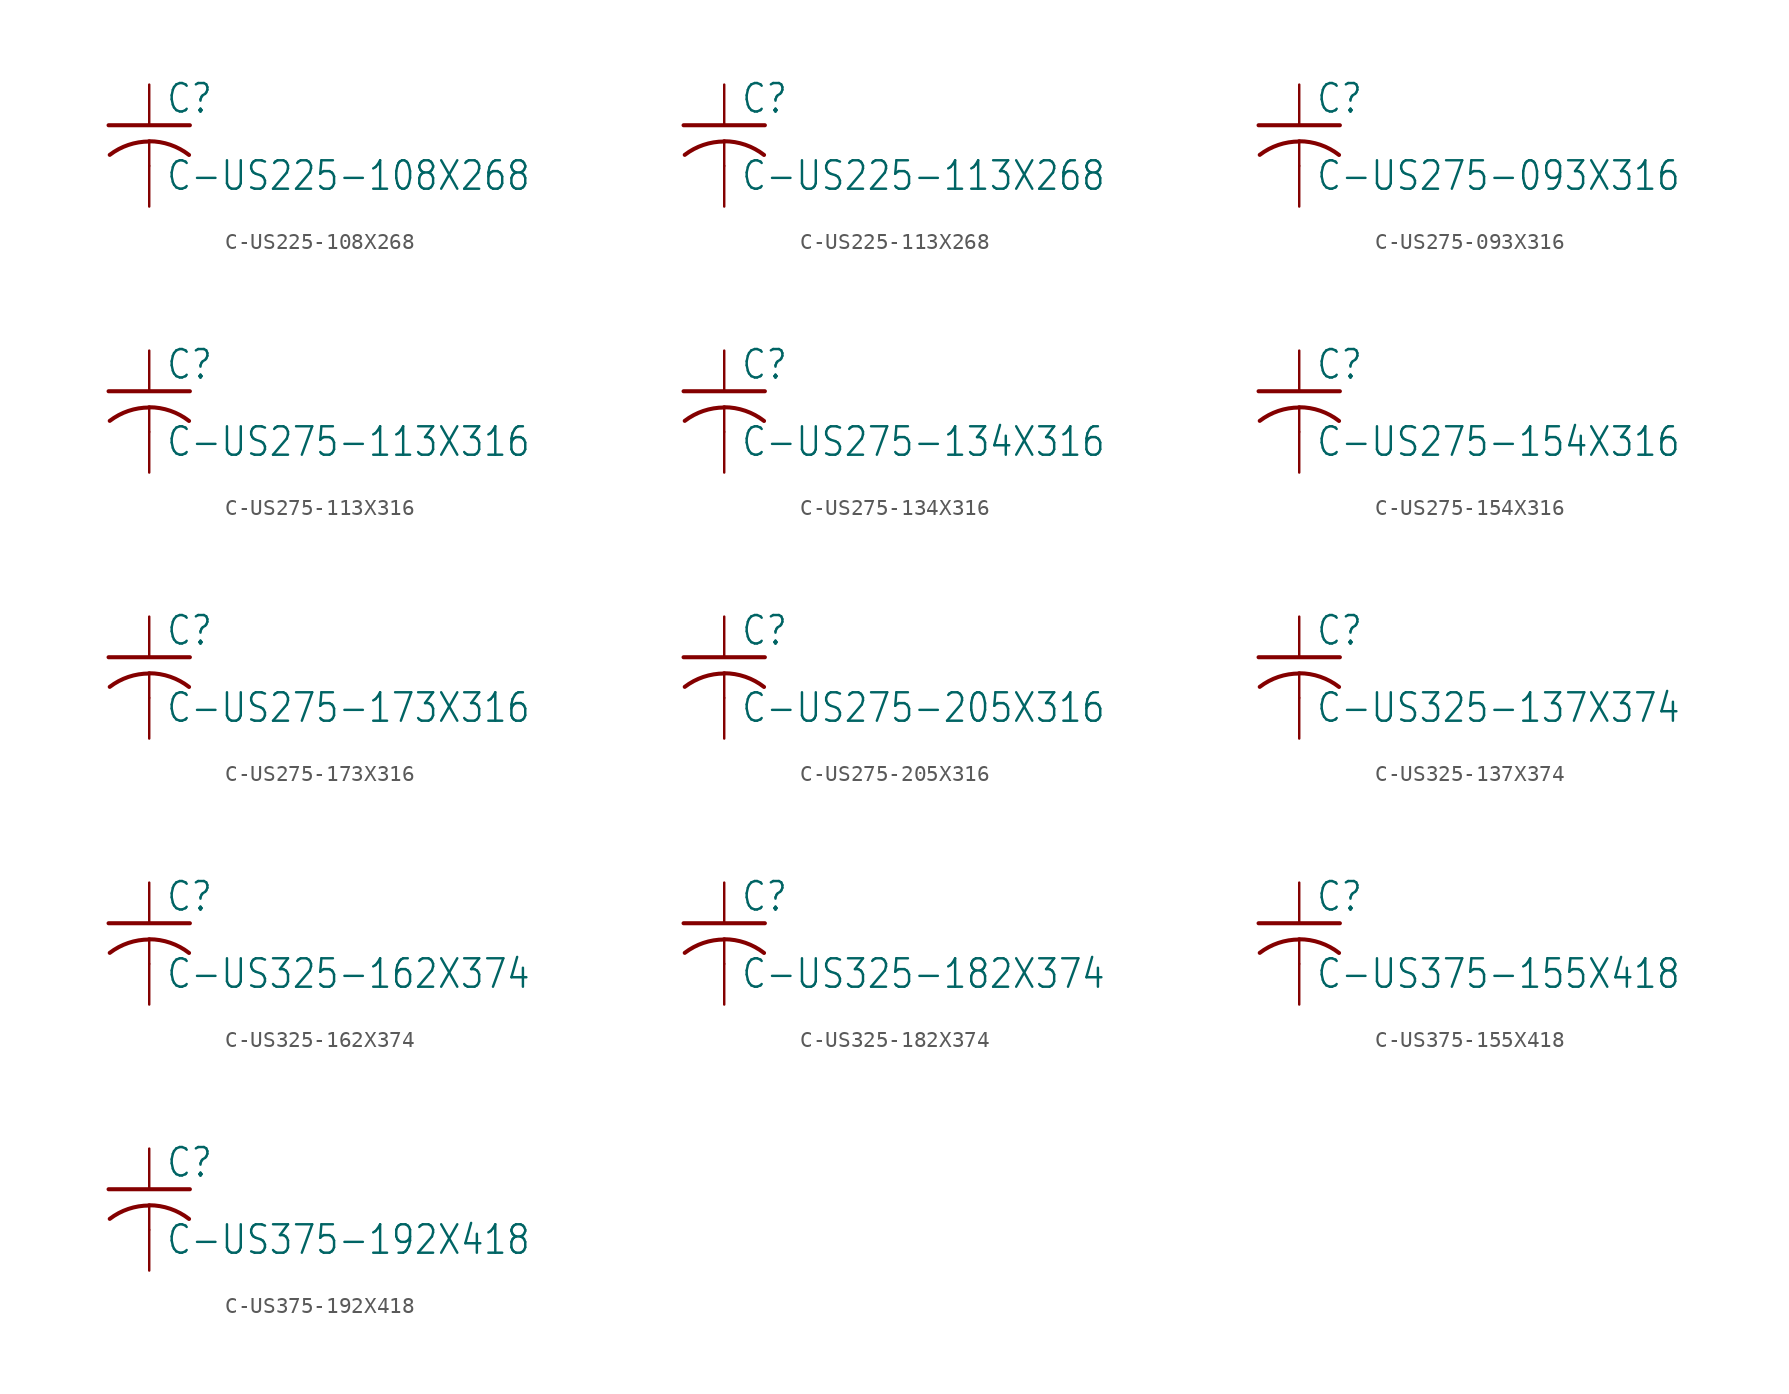
<source format=kicad_sym>
(kicad_symbol_lib
  (version 20220331)
  (generator kicad_symbol_editor)
  (symbol "C-US225-108X268"
    (property "Reference" "C"
      (at 1.016 0.635 0)
      (effects (font (size 1.778 1.511)) (justify left bottom)))
    (property "Value" "C-US225-108X268"
      (at 1.016 -4.191 0)
      (effects (font (size 1.778 1.511)) (justify left bottom)))
    (property "ki_locked" ""
      (at 0 0 0)
      (effects (font (size 1.27 1.27))))
    (symbol "C-US225-108X268_1_0"
      (arc (start 0 -1.0161) (mid -1.302 -1.2303) (end -2.4668 -1.8504) (stroke (width 0.254) (type solid)) (fill (type none)))
      (polyline (pts (xy -2.54 0) (xy 2.54 0)) (stroke (width 0.254) (type solid)) (fill (type none)))
      (polyline (pts (xy 0 -1.016) (xy 0 -2.54)) (stroke (width 0.152) (type solid)) (fill (type none)))
      (arc (start 2.4892 -1.8542) (mid 1.3158 -1.2195) (end 0 -1) (stroke (width 0.254) (type solid)) (fill (type none)))
      (pin passive line (at 0 2.54 270) (length 2.54) (name "1" (effects (font (size 0 0)))) (number "1" (effects (font (size 0 0)))))
      (pin passive line (at 0 -5.08 90) (length 2.54) (name "2" (effects (font (size 0 0)))) (number "2" (effects (font (size 0 0)))))))
  (symbol "C-US225-113X268"
    (property "Reference" "C"
      (at 1.016 0.635 0)
      (effects (font (size 1.778 1.511)) (justify left bottom)))
    (property "Value" "C-US225-113X268"
      (at 1.016 -4.191 0)
      (effects (font (size 1.778 1.511)) (justify left bottom)))
    (property "ki_locked" ""
      (at 0 0 0)
      (effects (font (size 1.27 1.27))))
    (symbol "C-US225-113X268_1_0"
      (arc (start 0 -1.0161) (mid -1.302 -1.2303) (end -2.4668 -1.8504) (stroke (width 0.254) (type solid)) (fill (type none)))
      (polyline (pts (xy -2.54 0) (xy 2.54 0)) (stroke (width 0.254) (type solid)) (fill (type none)))
      (polyline (pts (xy 0 -1.016) (xy 0 -2.54)) (stroke (width 0.152) (type solid)) (fill (type none)))
      (arc (start 2.4892 -1.8542) (mid 1.3158 -1.2195) (end 0 -1) (stroke (width 0.254) (type solid)) (fill (type none)))
      (pin passive line (at 0 2.54 270) (length 2.54) (name "1" (effects (font (size 0 0)))) (number "1" (effects (font (size 0 0)))))
      (pin passive line (at 0 -5.08 90) (length 2.54) (name "2" (effects (font (size 0 0)))) (number "2" (effects (font (size 0 0)))))))
  (symbol "C-US275-093X316"
    (property "Reference" "C"
      (at 1.016 0.635 0)
      (effects (font (size 1.778 1.511)) (justify left bottom)))
    (property "Value" "C-US275-093X316"
      (at 1.016 -4.191 0)
      (effects (font (size 1.778 1.511)) (justify left bottom)))
    (property "ki_locked" ""
      (at 0 0 0)
      (effects (font (size 1.27 1.27))))
    (symbol "C-US275-093X316_1_0"
      (arc (start 0 -1.0161) (mid -1.302 -1.2303) (end -2.4668 -1.8504) (stroke (width 0.254) (type solid)) (fill (type none)))
      (polyline (pts (xy -2.54 0) (xy 2.54 0)) (stroke (width 0.254) (type solid)) (fill (type none)))
      (polyline (pts (xy 0 -1.016) (xy 0 -2.54)) (stroke (width 0.152) (type solid)) (fill (type none)))
      (arc (start 2.4892 -1.8542) (mid 1.3158 -1.2195) (end 0 -1) (stroke (width 0.254) (type solid)) (fill (type none)))
      (pin passive line (at 0 2.54 270) (length 2.54) (name "1" (effects (font (size 0 0)))) (number "1" (effects (font (size 0 0)))))
      (pin passive line (at 0 -5.08 90) (length 2.54) (name "2" (effects (font (size 0 0)))) (number "2" (effects (font (size 0 0)))))))
  (symbol "C-US275-113X316"
    (property "Reference" "C"
      (at 1.016 0.635 0)
      (effects (font (size 1.778 1.511)) (justify left bottom)))
    (property "Value" "C-US275-113X316"
      (at 1.016 -4.191 0)
      (effects (font (size 1.778 1.511)) (justify left bottom)))
    (property "ki_locked" ""
      (at 0 0 0)
      (effects (font (size 1.27 1.27))))
    (symbol "C-US275-113X316_1_0"
      (arc (start 0 -1.0161) (mid -1.302 -1.2303) (end -2.4668 -1.8504) (stroke (width 0.254) (type solid)) (fill (type none)))
      (polyline (pts (xy -2.54 0) (xy 2.54 0)) (stroke (width 0.254) (type solid)) (fill (type none)))
      (polyline (pts (xy 0 -1.016) (xy 0 -2.54)) (stroke (width 0.152) (type solid)) (fill (type none)))
      (arc (start 2.4892 -1.8542) (mid 1.3158 -1.2195) (end 0 -1) (stroke (width 0.254) (type solid)) (fill (type none)))
      (pin passive line (at 0 2.54 270) (length 2.54) (name "1" (effects (font (size 0 0)))) (number "1" (effects (font (size 0 0)))))
      (pin passive line (at 0 -5.08 90) (length 2.54) (name "2" (effects (font (size 0 0)))) (number "2" (effects (font (size 0 0)))))))
  (symbol "C-US275-134X316"
    (property "Reference" "C"
      (at 1.016 0.635 0)
      (effects (font (size 1.778 1.511)) (justify left bottom)))
    (property "Value" "C-US275-134X316"
      (at 1.016 -4.191 0)
      (effects (font (size 1.778 1.511)) (justify left bottom)))
    (property "ki_locked" ""
      (at 0 0 0)
      (effects (font (size 1.27 1.27))))
    (symbol "C-US275-134X316_1_0"
      (arc (start 0 -1.0161) (mid -1.302 -1.2303) (end -2.4668 -1.8504) (stroke (width 0.254) (type solid)) (fill (type none)))
      (polyline (pts (xy -2.54 0) (xy 2.54 0)) (stroke (width 0.254) (type solid)) (fill (type none)))
      (polyline (pts (xy 0 -1.016) (xy 0 -2.54)) (stroke (width 0.152) (type solid)) (fill (type none)))
      (arc (start 2.4892 -1.8542) (mid 1.3158 -1.2195) (end 0 -1) (stroke (width 0.254) (type solid)) (fill (type none)))
      (pin passive line (at 0 2.54 270) (length 2.54) (name "1" (effects (font (size 0 0)))) (number "1" (effects (font (size 0 0)))))
      (pin passive line (at 0 -5.08 90) (length 2.54) (name "2" (effects (font (size 0 0)))) (number "2" (effects (font (size 0 0)))))))
  (symbol "C-US275-154X316"
    (property "Reference" "C"
      (at 1.016 0.635 0)
      (effects (font (size 1.778 1.511)) (justify left bottom)))
    (property "Value" "C-US275-154X316"
      (at 1.016 -4.191 0)
      (effects (font (size 1.778 1.511)) (justify left bottom)))
    (property "ki_locked" ""
      (at 0 0 0)
      (effects (font (size 1.27 1.27))))
    (symbol "C-US275-154X316_1_0"
      (arc (start 0 -1.0161) (mid -1.302 -1.2303) (end -2.4668 -1.8504) (stroke (width 0.254) (type solid)) (fill (type none)))
      (polyline (pts (xy -2.54 0) (xy 2.54 0)) (stroke (width 0.254) (type solid)) (fill (type none)))
      (polyline (pts (xy 0 -1.016) (xy 0 -2.54)) (stroke (width 0.152) (type solid)) (fill (type none)))
      (arc (start 2.4892 -1.8542) (mid 1.3158 -1.2195) (end 0 -1) (stroke (width 0.254) (type solid)) (fill (type none)))
      (pin passive line (at 0 2.54 270) (length 2.54) (name "1" (effects (font (size 0 0)))) (number "1" (effects (font (size 0 0)))))
      (pin passive line (at 0 -5.08 90) (length 2.54) (name "2" (effects (font (size 0 0)))) (number "2" (effects (font (size 0 0)))))))
  (symbol "C-US275-173X316"
    (property "Reference" "C"
      (at 1.016 0.635 0)
      (effects (font (size 1.778 1.511)) (justify left bottom)))
    (property "Value" "C-US275-173X316"
      (at 1.016 -4.191 0)
      (effects (font (size 1.778 1.511)) (justify left bottom)))
    (property "ki_locked" ""
      (at 0 0 0)
      (effects (font (size 1.27 1.27))))
    (symbol "C-US275-173X316_1_0"
      (arc (start 0 -1.0161) (mid -1.302 -1.2303) (end -2.4668 -1.8504) (stroke (width 0.254) (type solid)) (fill (type none)))
      (polyline (pts (xy -2.54 0) (xy 2.54 0)) (stroke (width 0.254) (type solid)) (fill (type none)))
      (polyline (pts (xy 0 -1.016) (xy 0 -2.54)) (stroke (width 0.152) (type solid)) (fill (type none)))
      (arc (start 2.4892 -1.8542) (mid 1.3158 -1.2195) (end 0 -1) (stroke (width 0.254) (type solid)) (fill (type none)))
      (pin passive line (at 0 2.54 270) (length 2.54) (name "1" (effects (font (size 0 0)))) (number "1" (effects (font (size 0 0)))))
      (pin passive line (at 0 -5.08 90) (length 2.54) (name "2" (effects (font (size 0 0)))) (number "2" (effects (font (size 0 0)))))))
  (symbol "C-US275-205X316"
    (property "Reference" "C"
      (at 1.016 0.635 0)
      (effects (font (size 1.778 1.511)) (justify left bottom)))
    (property "Value" "C-US275-205X316"
      (at 1.016 -4.191 0)
      (effects (font (size 1.778 1.511)) (justify left bottom)))
    (property "ki_locked" ""
      (at 0 0 0)
      (effects (font (size 1.27 1.27))))
    (symbol "C-US275-205X316_1_0"
      (arc (start 0 -1.0161) (mid -1.302 -1.2303) (end -2.4668 -1.8504) (stroke (width 0.254) (type solid)) (fill (type none)))
      (polyline (pts (xy -2.54 0) (xy 2.54 0)) (stroke (width 0.254) (type solid)) (fill (type none)))
      (polyline (pts (xy 0 -1.016) (xy 0 -2.54)) (stroke (width 0.152) (type solid)) (fill (type none)))
      (arc (start 2.4892 -1.8542) (mid 1.3158 -1.2195) (end 0 -1) (stroke (width 0.254) (type solid)) (fill (type none)))
      (pin passive line (at 0 2.54 270) (length 2.54) (name "1" (effects (font (size 0 0)))) (number "1" (effects (font (size 0 0)))))
      (pin passive line (at 0 -5.08 90) (length 2.54) (name "2" (effects (font (size 0 0)))) (number "2" (effects (font (size 0 0)))))))
  (symbol "C-US325-137X374"
    (property "Reference" "C"
      (at 1.016 0.635 0)
      (effects (font (size 1.778 1.511)) (justify left bottom)))
    (property "Value" "C-US325-137X374"
      (at 1.016 -4.191 0)
      (effects (font (size 1.778 1.511)) (justify left bottom)))
    (property "ki_locked" ""
      (at 0 0 0)
      (effects (font (size 1.27 1.27))))
    (symbol "C-US325-137X374_1_0"
      (arc (start 0 -1.0161) (mid -1.302 -1.2303) (end -2.4668 -1.8504) (stroke (width 0.254) (type solid)) (fill (type none)))
      (polyline (pts (xy -2.54 0) (xy 2.54 0)) (stroke (width 0.254) (type solid)) (fill (type none)))
      (polyline (pts (xy 0 -1.016) (xy 0 -2.54)) (stroke (width 0.152) (type solid)) (fill (type none)))
      (arc (start 2.4892 -1.8542) (mid 1.3158 -1.2195) (end 0 -1) (stroke (width 0.254) (type solid)) (fill (type none)))
      (pin passive line (at 0 2.54 270) (length 2.54) (name "1" (effects (font (size 0 0)))) (number "1" (effects (font (size 0 0)))))
      (pin passive line (at 0 -5.08 90) (length 2.54) (name "2" (effects (font (size 0 0)))) (number "2" (effects (font (size 0 0)))))))
  (symbol "C-US325-162X374"
    (property "Reference" "C"
      (at 1.016 0.635 0)
      (effects (font (size 1.778 1.511)) (justify left bottom)))
    (property "Value" "C-US325-162X374"
      (at 1.016 -4.191 0)
      (effects (font (size 1.778 1.511)) (justify left bottom)))
    (property "ki_locked" ""
      (at 0 0 0)
      (effects (font (size 1.27 1.27))))
    (symbol "C-US325-162X374_1_0"
      (arc (start 0 -1.0161) (mid -1.302 -1.2303) (end -2.4668 -1.8504) (stroke (width 0.254) (type solid)) (fill (type none)))
      (polyline (pts (xy -2.54 0) (xy 2.54 0)) (stroke (width 0.254) (type solid)) (fill (type none)))
      (polyline (pts (xy 0 -1.016) (xy 0 -2.54)) (stroke (width 0.152) (type solid)) (fill (type none)))
      (arc (start 2.4892 -1.8542) (mid 1.3158 -1.2195) (end 0 -1) (stroke (width 0.254) (type solid)) (fill (type none)))
      (pin passive line (at 0 2.54 270) (length 2.54) (name "1" (effects (font (size 0 0)))) (number "1" (effects (font (size 0 0)))))
      (pin passive line (at 0 -5.08 90) (length 2.54) (name "2" (effects (font (size 0 0)))) (number "2" (effects (font (size 0 0)))))))
  (symbol "C-US325-182X374"
    (property "Reference" "C"
      (at 1.016 0.635 0)
      (effects (font (size 1.778 1.511)) (justify left bottom)))
    (property "Value" "C-US325-182X374"
      (at 1.016 -4.191 0)
      (effects (font (size 1.778 1.511)) (justify left bottom)))
    (property "ki_locked" ""
      (at 0 0 0)
      (effects (font (size 1.27 1.27))))
    (symbol "C-US325-182X374_1_0"
      (arc (start 0 -1.0161) (mid -1.302 -1.2303) (end -2.4668 -1.8504) (stroke (width 0.254) (type solid)) (fill (type none)))
      (polyline (pts (xy -2.54 0) (xy 2.54 0)) (stroke (width 0.254) (type solid)) (fill (type none)))
      (polyline (pts (xy 0 -1.016) (xy 0 -2.54)) (stroke (width 0.152) (type solid)) (fill (type none)))
      (arc (start 2.4892 -1.8542) (mid 1.3158 -1.2195) (end 0 -1) (stroke (width 0.254) (type solid)) (fill (type none)))
      (pin passive line (at 0 2.54 270) (length 2.54) (name "1" (effects (font (size 0 0)))) (number "1" (effects (font (size 0 0)))))
      (pin passive line (at 0 -5.08 90) (length 2.54) (name "2" (effects (font (size 0 0)))) (number "2" (effects (font (size 0 0)))))))
  (symbol "C-US375-155X418"
    (property "Reference" "C"
      (at 1.016 0.635 0)
      (effects (font (size 1.778 1.511)) (justify left bottom)))
    (property "Value" "C-US375-155X418"
      (at 1.016 -4.191 0)
      (effects (font (size 1.778 1.511)) (justify left bottom)))
    (property "ki_locked" ""
      (at 0 0 0)
      (effects (font (size 1.27 1.27))))
    (symbol "C-US375-155X418_1_0"
      (arc (start 0 -1.0161) (mid -1.302 -1.2303) (end -2.4668 -1.8504) (stroke (width 0.254) (type solid)) (fill (type none)))
      (polyline (pts (xy -2.54 0) (xy 2.54 0)) (stroke (width 0.254) (type solid)) (fill (type none)))
      (polyline (pts (xy 0 -1.016) (xy 0 -2.54)) (stroke (width 0.152) (type solid)) (fill (type none)))
      (arc (start 2.4892 -1.8542) (mid 1.3158 -1.2195) (end 0 -1) (stroke (width 0.254) (type solid)) (fill (type none)))
      (pin passive line (at 0 2.54 270) (length 2.54) (name "1" (effects (font (size 0 0)))) (number "1" (effects (font (size 0 0)))))
      (pin passive line (at 0 -5.08 90) (length 2.54) (name "2" (effects (font (size 0 0)))) (number "2" (effects (font (size 0 0)))))))
  (symbol "C-US375-192X418"
    (property "Reference" "C"
      (at 1.016 0.635 0)
      (effects (font (size 1.778 1.511)) (justify left bottom)))
    (property "Value" "C-US375-192X418"
      (at 1.016 -4.191 0)
      (effects (font (size 1.778 1.511)) (justify left bottom)))
    (property "ki_locked" ""
      (at 0 0 0)
      (effects (font (size 1.27 1.27))))
    (symbol "C-US375-192X418_1_0"
      (arc (start 0 -1.0161) (mid -1.302 -1.2303) (end -2.4668 -1.8504) (stroke (width 0.254) (type solid)) (fill (type none)))
      (polyline (pts (xy -2.54 0) (xy 2.54 0)) (stroke (width 0.254) (type solid)) (fill (type none)))
      (polyline (pts (xy 0 -1.016) (xy 0 -2.54)) (stroke (width 0.152) (type solid)) (fill (type none)))
      (arc (start 2.4892 -1.8542) (mid 1.3158 -1.2195) (end 0 -1) (stroke (width 0.254) (type solid)) (fill (type none)))
      (pin passive line (at 0 2.54 270) (length 2.54) (name "1" (effects (font (size 0 0)))) (number "1" (effects (font (size 0 0)))))
      (pin passive line (at 0 -5.08 90) (length 2.54) (name "2" (effects (font (size 0 0)))) (number "2" (effects (font (size 0 0))))))))
</source>
